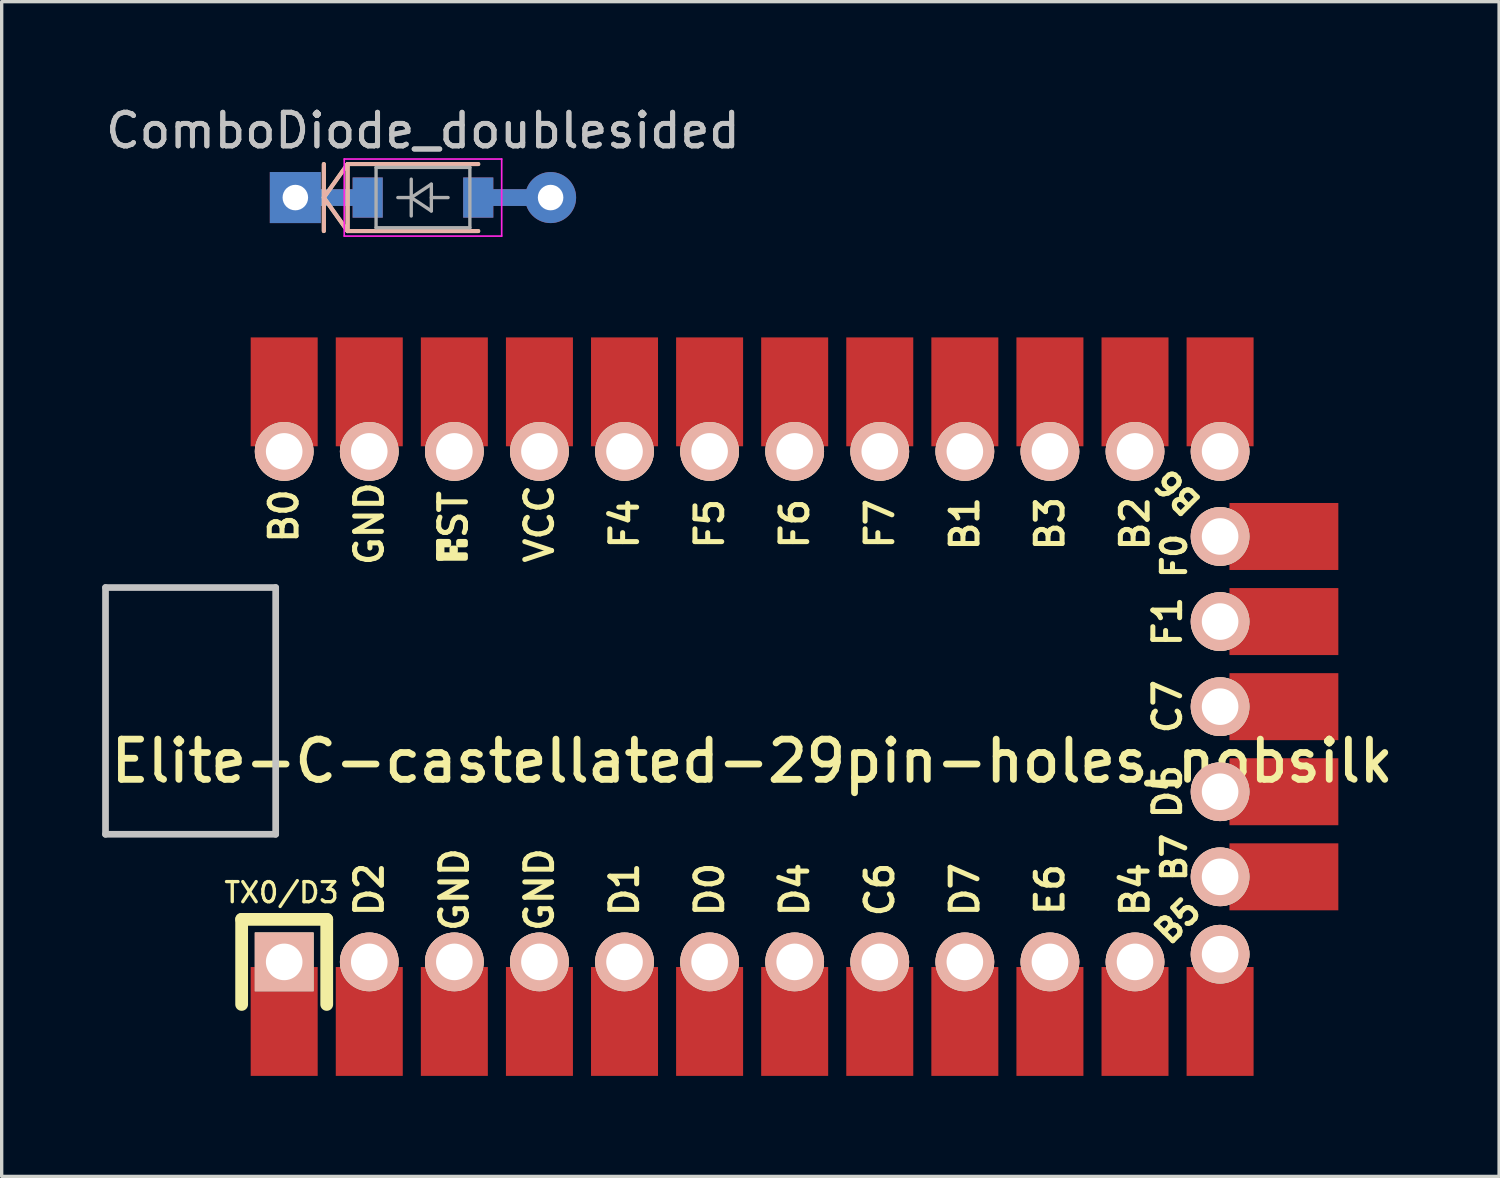
<source format=kicad_pcb>
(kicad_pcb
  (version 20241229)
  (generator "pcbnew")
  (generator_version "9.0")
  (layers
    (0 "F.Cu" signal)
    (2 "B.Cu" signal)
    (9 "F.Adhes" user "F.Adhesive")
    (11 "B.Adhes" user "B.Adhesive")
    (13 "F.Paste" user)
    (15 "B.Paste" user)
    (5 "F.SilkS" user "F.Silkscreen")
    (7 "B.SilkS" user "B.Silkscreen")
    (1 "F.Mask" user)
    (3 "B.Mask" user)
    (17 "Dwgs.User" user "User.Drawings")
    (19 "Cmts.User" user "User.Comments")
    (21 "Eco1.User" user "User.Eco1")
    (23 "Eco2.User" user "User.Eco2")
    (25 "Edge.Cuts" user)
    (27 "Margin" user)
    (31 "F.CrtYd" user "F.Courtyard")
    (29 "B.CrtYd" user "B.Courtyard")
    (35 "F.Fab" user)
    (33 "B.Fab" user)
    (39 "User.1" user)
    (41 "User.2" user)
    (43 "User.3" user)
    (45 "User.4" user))
  (footprint "Elite-C-castellated-29pin-holes_nobsilk"
    (layer "F.Cu")
    (at 19.404 18.046)
    (property "Reference" "Elite-C-castellated-29pin-holes_nobsilk" (at 0 1.625 0) (layer "F.SilkS") (effects (font (size 1.2 1.2) (thickness 0.203))))
    (fp_line (start -15.24 6.35) (end -15.24 8.89) (stroke (width 0.381) (type solid)) (layer "F.SilkS"))
    (fp_line (start -15.24 6.35) (end -12.7 6.35) (stroke (width 0.381) (type solid)) (layer "F.SilkS"))
    (fp_line (start -12.7 6.35) (end -12.7 8.89) (stroke (width 0.381) (type solid)) (layer "F.SilkS"))
    (fp_poly (pts (xy -9.361 -4.932) (xy -9.261 -4.932) (xy -9.261 -4.432) (xy -9.361 -4.432)) (stroke (width 0.15) (type solid)) (fill yes) (layer "F.SilkS"))
    (fp_poly (pts (xy -9.361 -4.932) (xy -9.061 -4.932) (xy -9.061 -4.832) (xy -9.361 -4.832)) (stroke (width 0.15) (type solid)) (fill yes) (layer "F.SilkS"))
    (fp_poly (pts (xy -9.361 -4.532) (xy -8.561 -4.532) (xy -8.561 -4.432) (xy -9.361 -4.432)) (stroke (width 0.15) (type solid)) (fill yes) (layer "F.SilkS"))
    (fp_poly (pts (xy -8.961 -4.732) (xy -8.861 -4.732) (xy -8.861 -4.632) (xy -8.961 -4.632)) (stroke (width 0.15) (type solid)) (fill yes) (layer "F.SilkS"))
    (fp_poly (pts (xy -8.761 -4.932) (xy -8.561 -4.932) (xy -8.561 -4.832) (xy -8.761 -4.832)) (stroke (width 0.15) (type solid)) (fill yes) (layer "F.SilkS"))
    (fp_line (start -19.304 -3.556) (end -14.224 -3.556) (stroke (width 0.2) (type solid)) (layer "Dwgs.User"))
    (fp_line (start -19.304 3.81) (end -19.304 -3.556) (stroke (width 0.2) (type solid)) (layer "Dwgs.User"))
    (fp_line (start -14.224 -3.556) (end -14.224 3.81) (stroke (width 0.2) (type solid)) (layer "Dwgs.User"))
    (fp_line (start -14.224 3.81) (end -19.304 3.81) (stroke (width 0.2) (type solid)) (layer "Dwgs.User"))
    (fp_text user "E6" (at 8.89 5.461 90) (layer "F.SilkS") (effects (font (size 0.8 0.8) (thickness 0.15))))
    (fp_text user "D5" (at 12.4 2.54 90) (layer "F.SilkS") (effects (font (size 0.8 0.8) (thickness 0.15))))
    (fp_text user "F7" (at 3.81 -5.461 90) (layer "F.SilkS") (effects (font (size 0.8 0.8) (thickness 0.15))))
    (fp_text user "GND" (at -11.43 -5.461 90) (layer "F.SilkS") (effects (font (size 0.8 0.8) (thickness 0.15))))
    (fp_text user "B2" (at 11.43 -5.461 90) (layer "F.SilkS") (effects (font (size 0.8 0.8) (thickness 0.15))))
    (fp_text user "B0" (at -13.978 -5.693 90) (layer "F.SilkS") (effects (font (size 0.8 0.8) (thickness 0.15))))
    (fp_text user "C7" (at 12.4 0 90) (layer "F.SilkS") (effects (font (size 0.8 0.8) (thickness 0.15))))
    (fp_text user "TX0/D3" (at -14.049 5.55 180) (layer "F.SilkS") (effects (font (size 0.6 0.6) (thickness 0.1))))
    (fp_text user "B5" (at 12.7 6.4 45) (layer "F.SilkS") (effects (font (size 0.7 0.7) (thickness 0.15))))
    (fp_text user "F4" (at -3.81 -5.461 90) (layer "F.SilkS") (effects (font (size 0.8 0.8) (thickness 0.15))))
    (fp_text user "B7" (at 12.6 4.5 90) (layer "F.SilkS") (effects (font (size 0.7 0.7) (thickness 0.15))))
    (fp_text user "F6" (at 1.27 -5.461 90) (layer "F.SilkS") (effects (font (size 0.8 0.8) (thickness 0.15))))
    (fp_text user "B6" (at 12.7 -6.4 135) (unlocked yes) (layer "F.SilkS") (effects (font (size 0.7 0.7) (thickness 0.15))))
    (fp_text user "D0" (at -1.27 5.461 90) (layer "F.SilkS") (effects (font (size 0.8 0.8) (thickness 0.15))))
    (fp_text user "C6" (at 3.81 5.461 90) (layer "F.SilkS") (effects (font (size 0.8 0.8) (thickness 0.15))))
    (fp_text user "D7" (at 6.35 5.461 90) (layer "F.SilkS") (effects (font (size 0.8 0.8) (thickness 0.15))))
    (fp_text user "B1" (at 6.35 -5.461 90) (layer "F.SilkS") (effects (font (size 0.8 0.8) (thickness 0.15))))
    (fp_text user "ST" (at -8.92 -5.733 90) (layer "F.SilkS") (effects (font (size 0.8 0.8) (thickness 0.15))))
    (fp_text user "B3" (at 8.89 -5.461 90) (layer "F.SilkS") (effects (font (size 0.8 0.8) (thickness 0.15))))
    (fp_text user "B4" (at 11.43 5.461 90) (layer "F.SilkS") (effects (font (size 0.8 0.8) (thickness 0.15))))
    (fp_text user "D2" (at -11.43 5.461 90) (layer "F.SilkS") (effects (font (size 0.8 0.8) (thickness 0.15))))
    (fp_text user "D1" (at -3.81 5.461 90) (layer "F.SilkS") (effects (font (size 0.8 0.8) (thickness 0.15))))
    (fp_text user "GND" (at -8.89 5.461 90) (layer "F.SilkS") (effects (font (size 0.8 0.8) (thickness 0.15))))
    (fp_text user "GND" (at -6.35 5.461 90) (layer "F.SilkS") (effects (font (size 0.8 0.8) (thickness 0.15))))
    (fp_text user "F0" (at 12.6 -4.5 90) (layer "F.SilkS") (effects (font (size 0.7 0.7) (thickness 0.15))))
    (fp_text user "F1" (at 12.4 -2.54 90) (layer "F.SilkS") (effects (font (size 0.8 0.8) (thickness 0.15))))
    (fp_text user "VCC" (at -6.35 -5.461 90) (layer "F.SilkS") (effects (font (size 0.8 0.8) (thickness 0.15))))
    (fp_text user "D4" (at 1.27 5.461 90) (layer "F.SilkS") (effects (font (size 0.8 0.8) (thickness 0.15))))
    (fp_text user "F5" (at -1.27 -5.461 90) (layer "F.SilkS") (effects (font (size 0.8 0.8) (thickness 0.15))))
    (pad "1" thru_hole rect (at -13.97 7.62) (size 1.753 1.753) (drill 1.092) (layers "*.Cu" "*.SilkS" "*.Mask"))
    (pad "1" smd rect (at -13.97 9.398) (size 2 3.25) (layers "F.Cu" "F.Mask" "F.Paste"))
    (pad "2" thru_hole circle (at -11.43 7.62) (size 1.753 1.753) (drill 1.092) (layers "*.Cu" "*.SilkS" "*.Mask"))
    (pad "2" smd rect (at -11.43 9.398) (size 2 3.25) (layers "F.Cu" "F.Mask" "F.Paste"))
    (pad "3" thru_hole circle (at -8.89 7.62) (size 1.753 1.753) (drill 1.092) (layers "*.Cu" "*.SilkS" "*.Mask"))
    (pad "3" smd rect (at -8.89 9.398) (size 2 3.25) (layers "F.Cu" "F.Mask" "F.Paste"))
    (pad "4" smd rect (at -6.35 9.398) (size 2 3.25) (layers "F.Cu" "F.Mask" "F.Paste"))
    (pad "4" thru_hole circle (at -6.35 7.62) (size 1.753 1.753) (drill 1.092) (layers "*.Cu" "*.SilkS" "*.Mask"))
    (pad "5" thru_hole circle (at -3.81 7.62) (size 1.753 1.753) (drill 1.092) (layers "*.Cu" "*.SilkS" "*.Mask"))
    (pad "5" smd rect (at -3.81 9.398) (size 2 3.25) (layers "F.Cu" "F.Mask" "F.Paste"))
    (pad "6" thru_hole circle (at -1.27 7.62) (size 1.753 1.753) (drill 1.092) (layers "*.Cu" "*.SilkS" "*.Mask"))
    (pad "6" smd rect (at -1.27 9.398) (size 2 3.25) (layers "F.Cu" "F.Mask" "F.Paste"))
    (pad "7" thru_hole circle (at 1.27 7.62) (size 1.753 1.753) (drill 1.092) (layers "*.Cu" "*.SilkS" "*.Mask"))
    (pad "7" smd rect (at 1.27 9.398) (size 2 3.25) (layers "F.Cu" "F.Mask" "F.Paste"))
    (pad "8" thru_hole circle (at 3.81 7.62) (size 1.753 1.753) (drill 1.092) (layers "*.Cu" "*.SilkS" "*.Mask"))
    (pad "8" smd rect (at 3.81 9.398) (size 2 3.25) (layers "F.Cu" "F.Mask" "F.Paste"))
    (pad "9" thru_hole circle (at 6.35 7.62) (size 1.753 1.753) (drill 1.092) (layers "*.Cu" "*.SilkS" "*.Mask"))
    (pad "9" smd rect (at 6.35 9.398) (size 2 3.25) (layers "F.Cu" "F.Mask" "F.Paste"))
    (pad "10" thru_hole circle (at 8.89 7.62) (size 1.753 1.753) (drill 1.092) (layers "*.Cu" "*.SilkS" "*.Mask"))
    (pad "10" smd rect (at 8.89 9.398) (size 2 3.25) (layers "F.Cu" "F.Mask" "F.Paste"))
    (pad "11" thru_hole circle (at 11.43 7.62) (size 1.753 1.753) (drill 1.092) (layers "*.Cu" "*.SilkS" "*.Mask"))
    (pad "11" smd rect (at 11.43 9.398) (size 2 3.25) (layers "F.Cu" "F.Mask" "F.Paste"))
    (pad "12" thru_hole circle (at 13.97 7.391) (size 1.753 1.753) (drill 1.092) (layers "*.Cu" "*.SilkS" "*.Mask"))
    (pad "12" smd rect (at 13.97 9.398) (size 2 3.25) (layers "F.Cu" "F.Mask" "F.Paste"))
    (pad "13" smd rect (at 13.97 -9.398) (size 2 3.25) (layers "F.Cu" "F.Mask" "F.Paste"))
    (pad "13" thru_hole circle (at 13.97 -7.62) (size 1.753 1.753) (drill 1.092) (layers "*.Cu" "*.SilkS" "*.Mask"))
    (pad "14" smd rect (at 11.43 -9.398) (size 2 3.25) (layers "F.Cu" "F.Mask" "F.Paste"))
    (pad "14" thru_hole circle (at 11.43 -7.62) (size 1.753 1.753) (drill 1.092) (layers "*.Cu" "*.SilkS" "*.Mask"))
    (pad "15" smd rect (at 8.89 -9.398) (size 2 3.25) (layers "F.Cu" "F.Mask" "F.Paste"))
    (pad "15" thru_hole circle (at 8.89 -7.62) (size 1.753 1.753) (drill 1.092) (layers "*.Cu" "*.SilkS" "*.Mask"))
    (pad "16" thru_hole circle (at 6.35 -7.62) (size 1.753 1.753) (drill 1.092) (layers "*.Cu" "*.SilkS" "*.Mask"))
    (pad "16" smd rect (at 6.35 -9.398) (size 2 3.25) (layers "F.Cu" "F.Mask" "F.Paste"))
    (pad "17" smd rect (at 3.81 -9.398) (size 2 3.25) (layers "F.Cu" "F.Mask" "F.Paste"))
    (pad "17" thru_hole circle (at 3.81 -7.62) (size 1.753 1.753) (drill 1.092) (layers "*.Cu" "*.SilkS" "*.Mask"))
    (pad "18" smd rect (at 1.27 -9.398) (size 2 3.25) (layers "F.Cu" "F.Mask" "F.Paste"))
    (pad "18" thru_hole circle (at 1.27 -7.62) (size 1.753 1.753) (drill 1.092) (layers "*.Cu" "*.SilkS" "*.Mask"))
    (pad "19" smd rect (at -1.27 -9.398) (size 2 3.25) (layers "F.Cu" "F.Mask" "F.Paste"))
    (pad "19" thru_hole circle (at -1.27 -7.62) (size 1.753 1.753) (drill 1.092) (layers "*.Cu" "*.SilkS" "*.Mask"))
    (pad "20" smd rect (at -3.81 -9.398) (size 2 3.25) (layers "F.Cu" "F.Mask" "F.Paste"))
    (pad "20" thru_hole circle (at -3.81 -7.62) (size 1.753 1.753) (drill 1.092) (layers "*.Cu" "*.SilkS" "*.Mask"))
    (pad "21" smd rect (at -6.35 -9.398) (size 2 3.25) (layers "F.Cu" "F.Mask" "F.Paste"))
    (pad "21" thru_hole circle (at -6.35 -7.62) (size 1.753 1.753) (drill 1.092) (layers "*.Cu" "*.SilkS" "*.Mask"))
    (pad "22" smd rect (at -8.89 -9.398) (size 2 3.25) (layers "F.Cu" "F.Mask" "F.Paste"))
    (pad "22" thru_hole circle (at -8.89 -7.62) (size 1.753 1.753) (drill 1.092) (layers "*.Cu" "*.SilkS" "*.Mask"))
    (pad "23" smd rect (at -11.43 -9.398) (size 2 3.25) (layers "F.Cu" "F.Mask" "F.Paste"))
    (pad "23" thru_hole circle (at -11.43 -7.62) (size 1.753 1.753) (drill 1.092) (layers "*.Cu" "*.SilkS" "*.Mask"))
    (pad "24" smd rect (at -13.97 -9.398) (size 2 3.25) (layers "F.Cu" "F.Mask" "F.Paste"))
    (pad "24" thru_hole circle (at -13.97 -7.62) (size 1.753 1.753) (drill 1.092) (layers "*.Cu" "*.SilkS" "*.Mask"))
    (pad "25" thru_hole circle (at 13.97 5.08) (size 1.753 1.753) (drill 1.092) (layers "*.Cu" "*.SilkS" "*.Mask"))
    (pad "25" smd rect (at 15.875 5.08 90) (size 2 3.25) (layers "F.Cu" "F.Mask" "F.Paste"))
    (pad "26" thru_hole circle (at 13.97 2.54) (size 1.753 1.753) (drill 1.092) (layers "*.Cu" "*.SilkS" "*.Mask"))
    (pad "26" smd rect (at 15.875 2.54 90) (size 2 3.25) (layers "F.Cu" "F.Mask" "F.Paste"))
    (pad "27" thru_hole circle (at 13.97 0) (size 1.753 1.753) (drill 1.092) (layers "*.Cu" "*.SilkS" "*.Mask"))
    (pad "27" smd rect (at 15.875 0 90) (size 2 3.25) (layers "F.Cu" "F.Mask" "F.Paste"))
    (pad "28" thru_hole circle (at 13.97 -2.54) (size 1.753 1.753) (drill 1.092) (layers "*.Cu" "*.SilkS" "*.Mask"))
    (pad "28" smd rect (at 15.875 -2.54 90) (size 2 3.25) (layers "F.Cu" "F.Mask" "F.Paste"))
    (pad "29" thru_hole circle (at 13.97 -5.08) (size 1.753 1.753) (drill 1.092) (layers "*.Cu" "*.SilkS" "*.Mask"))
    (pad "29" smd rect (at 15.875 -5.08 90) (size 2 3.25) (layers "F.Cu" "F.Mask" "F.Paste")))
  (footprint "ComboDiode_doublesided"
    (layer "F.Cu")
    (at 9.577 2.848)
    (property "Reference" "ComboDiode_doublesided" (at 0 -2 0) (layer "Dwgs.User") (effects (font (size 1 1) (thickness 0.15))))
    (attr smd)
    (fp_line (start -2.96 -1) (end -2.96 1) (stroke (width 0.12) (type solid)) (layer "F.SilkS"))
    (fp_line (start -2.96 0) (end -2.25 1) (stroke (width 0.12) (type solid)) (layer "F.SilkS"))
    (fp_line (start -2.25 -1) (end -2.96 0) (stroke (width 0.12) (type solid)) (layer "F.SilkS"))
    (fp_line (start -2.25 -1) (end 1.65 -1) (stroke (width 0.12) (type solid)) (layer "F.SilkS"))
    (fp_line (start -2.25 1) (end -2.25 -1) (stroke (width 0.12) (type solid)) (layer "F.SilkS"))
    (fp_line (start -2.25 1) (end 1.65 1) (stroke (width 0.12) (type solid)) (layer "F.SilkS"))
    (fp_line (start -2.96 -1) (end -2.96 1) (stroke (width 0.12) (type solid)) (layer "B.SilkS"))
    (fp_line (start -2.96 0) (end -2.25 1) (stroke (width 0.12) (type solid)) (layer "B.SilkS"))
    (fp_line (start -2.25 -1) (end -2.96 0) (stroke (width 0.12) (type solid)) (layer "B.SilkS"))
    (fp_line (start -2.25 -1) (end 1.65 -1) (stroke (width 0.12) (type solid)) (layer "B.SilkS"))
    (fp_line (start -2.25 1) (end -2.25 -1) (stroke (width 0.12) (type solid)) (layer "B.SilkS"))
    (fp_line (start -2.25 1) (end 1.65 1) (stroke (width 0.12) (type solid)) (layer "B.SilkS"))
    (fp_line (start -2.35 -1.15) (end -2.35 1.15) (stroke (width 0.05) (type solid)) (layer "F.CrtYd"))
    (fp_line (start -2.35 -1.15) (end 2.35 -1.15) (stroke (width 0.05) (type solid)) (layer "F.CrtYd"))
    (fp_line (start 2.35 -1.15) (end 2.35 1.15) (stroke (width 0.05) (type solid)) (layer "F.CrtYd"))
    (fp_line (start 2.35 1.15) (end -2.35 1.15) (stroke (width 0.05) (type solid)) (layer "F.CrtYd"))
    (fp_line (start -1.4 -0.9) (end 1.4 -0.9) (stroke (width 0.1) (type solid)) (layer "F.Fab"))
    (fp_line (start -1.4 0.9) (end -1.4 -0.9) (stroke (width 0.1) (type solid)) (layer "F.Fab"))
    (fp_line (start -0.75 0) (end -0.35 0) (stroke (width 0.1) (type solid)) (layer "F.Fab"))
    (fp_line (start -0.35 0) (end -0.35 -0.55) (stroke (width 0.1) (type solid)) (layer "F.Fab"))
    (fp_line (start -0.35 0) (end -0.35 0.55) (stroke (width 0.1) (type solid)) (layer "F.Fab"))
    (fp_line (start -0.35 0) (end 0.25 -0.4) (stroke (width 0.1) (type solid)) (layer "F.Fab"))
    (fp_line (start 0.25 -0.4) (end 0.25 0.4) (stroke (width 0.1) (type solid)) (layer "F.Fab"))
    (fp_line (start 0.25 0) (end 0.75 0) (stroke (width 0.1) (type solid)) (layer "F.Fab"))
    (fp_line (start 0.25 0.4) (end -0.35 0) (stroke (width 0.1) (type solid)) (layer "F.Fab"))
    (fp_line (start 1.4 -0.9) (end 1.4 0.9) (stroke (width 0.1) (type solid)) (layer "F.Fab"))
    (fp_line (start 1.4 0.9) (end -1.4 0.9) (stroke (width 0.1) (type solid)) (layer "F.Fab"))
    (fp_text user "${REFERENCE}" (at 0 -2 0) (layer "F.Fab") (effects (font (size 1 1) (thickness 0.15))))
    (pad "" connect rect (at -2.54 0) (size 1.524 0.5) (layers "F.Cu"))
    (pad "" connect rect (at -2.54 0) (size 1.524 0.5) (layers "B.Cu"))
    (pad "" smd rect (at -1.65 0) (size 0.9 1.2) (layers "F.Cu" "F.Mask" "F.Paste"))
    (pad "" smd rect (at -1.65 0) (size 0.9 1.2) (layers "B.Cu" "B.Mask" "B.Paste"))
    (pad "" smd rect (at 1.65 0) (size 0.9 1.2) (layers "F.Cu" "F.Mask" "F.Paste"))
    (pad "" smd rect (at 1.65 0) (size 0.9 1.2) (layers "B.Cu" "B.Mask" "B.Paste"))
    (pad "" connect rect (at 2.54 0) (size 1.524 0.5) (layers "F.Cu"))
    (pad "" connect rect (at 2.54 0) (size 1.524 0.5) (layers "B.Cu"))
    (pad "1" thru_hole rect (at -3.81 0) (size 1.524 1.524) (drill 0.762) (layers "*.Cu" "*.Mask"))
    (pad "2" thru_hole circle (at 3.81 0) (size 1.524 1.524) (drill 0.762) (layers "*.Cu" "*.Mask")))
  (gr_rect
    (start -3 -3)
    (end 41.703 32.069)
    (stroke (width 0.1) (type default))
    (fill no)
    (layer "Edge.Cuts")))
</source>
